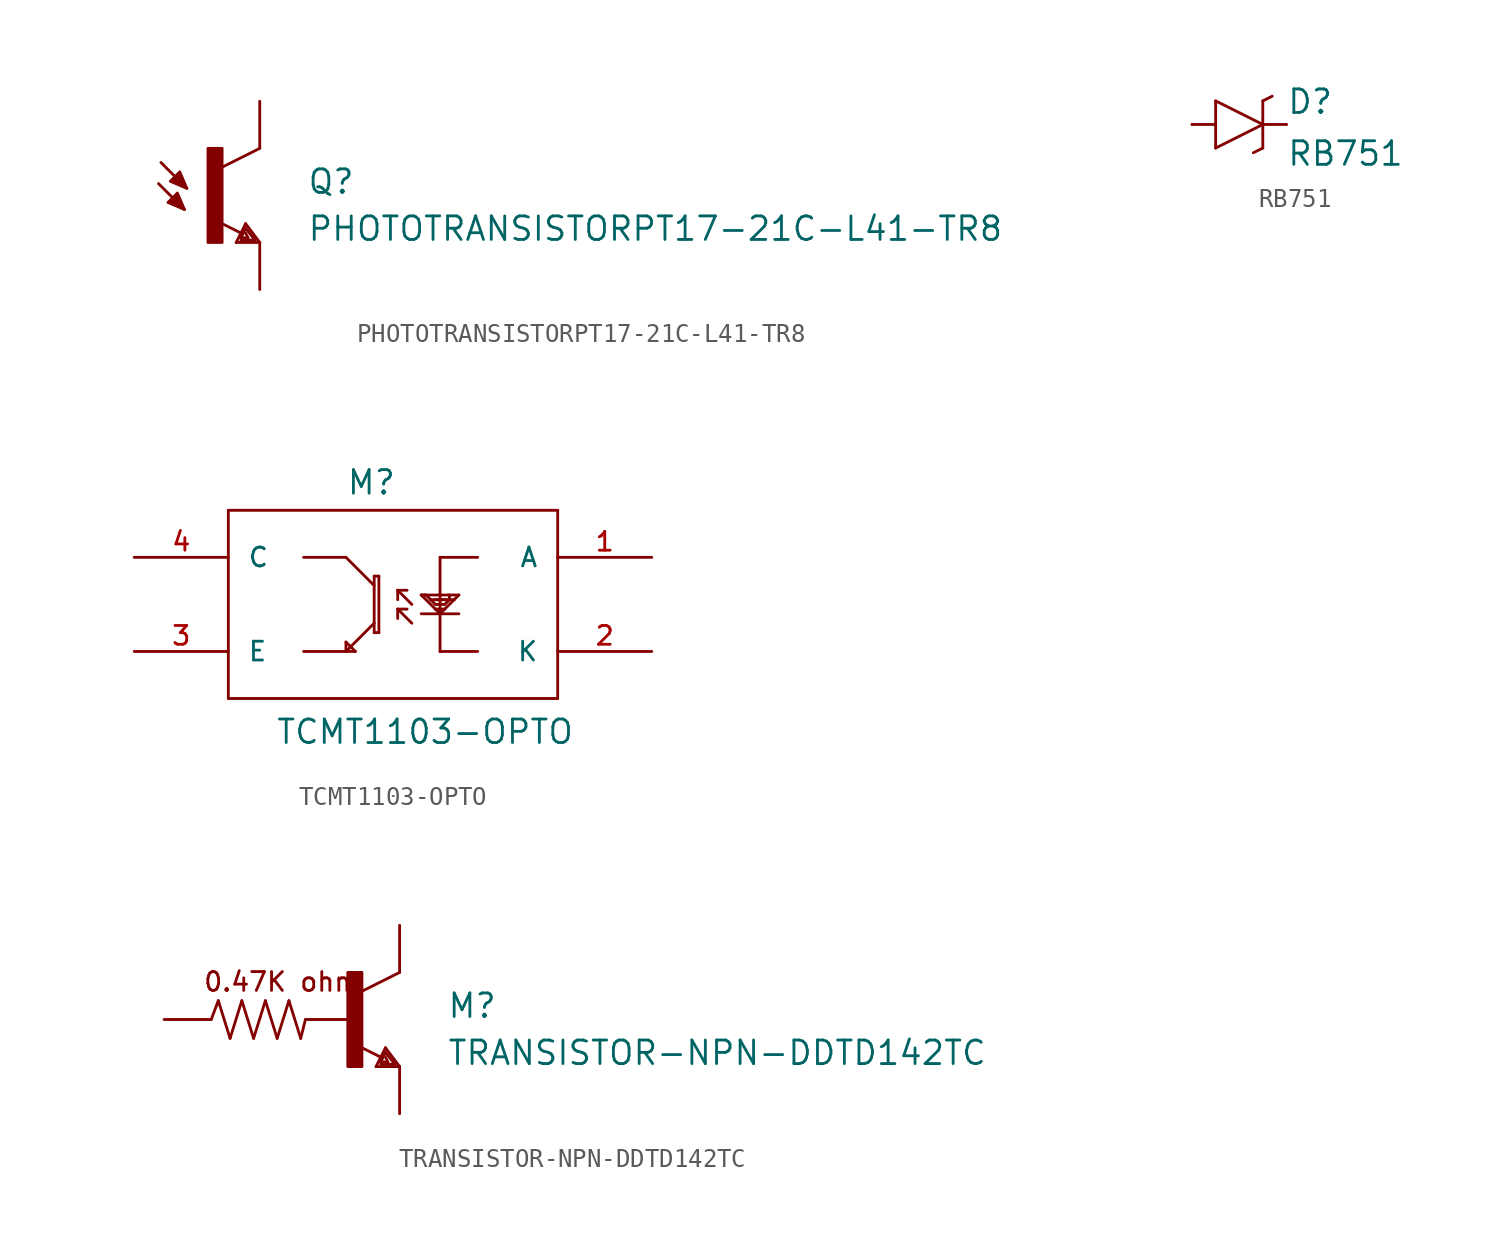
<source format=kicad_sym>
(kicad_symbol_lib
  (version 20211014)
  (generator kicad_symbol_editor)
  (symbol "PHOTOTRANSISTORPT17-21C-L41-TR8"
    (pin_numbers hide)
    (pin_names
      (offset 1.016) hide)
    (property "Reference" "Q"
      (at 5.08 0 0)
      (effects (font (size 1.27 1.27)) (justify left bottom)))
    (property "Value" "PHOTOTRANSISTORPT17-21C-L41-TR8"
      (at 5.08 -2.54 0)
      (effects (font (size 1.27 1.27)) (justify left bottom)))
    (property "ki_locked" ""
      (at 0 0 0)
      (effects (font (size 1.27 1.27))))
    (symbol "PHOTOTRANSISTORPT17-21C-L41-TR8_1_0"
      (polyline (pts (xy -2.921 0.635) (xy -1.524 -0.762)) (stroke (width 0) (type default) (color 0 0 0 0)) (fill (type none)))
      (polyline (pts (xy -2.794 1.778) (xy -1.397 0.381)) (stroke (width 0) (type default) (color 0 0 0 0)) (fill (type none)))
      (polyline (pts (xy 1.27 -2.54) (xy 1.778 -1.524)) (stroke (width 0) (type default) (color 0 0 0 0)) (fill (type none)))
      (polyline (pts (xy 1.524 -2.413) (xy 2.286 -2.413)) (stroke (width 0) (type default) (color 0 0 0 0)) (fill (type none)))
      (polyline (pts (xy 1.524 -2.286) (xy 1.905 -2.286)) (stroke (width 0) (type default) (color 0 0 0 0)) (fill (type none)))
      (polyline (pts (xy 1.524 -2.032) (xy 0.305 -1.422)) (stroke (width 0) (type default) (color 0 0 0 0)) (fill (type none)))
      (polyline (pts (xy 1.778 -1.778) (xy 1.524 -2.286)) (stroke (width 0) (type default) (color 0 0 0 0)) (fill (type none)))
      (polyline (pts (xy 1.778 -1.524) (xy 2.54 -2.54)) (stroke (width 0) (type default) (color 0 0 0 0)) (fill (type none)))
      (polyline (pts (xy 1.905 -2.286) (xy 1.778 -2.032)) (stroke (width 0) (type default) (color 0 0 0 0)) (fill (type none)))
      (polyline (pts (xy 2.286 -2.413) (xy 1.778 -1.778)) (stroke (width 0) (type default) (color 0 0 0 0)) (fill (type none)))
      (polyline (pts (xy 2.54 -2.54) (xy 1.27 -2.54)) (stroke (width 0) (type default) (color 0 0 0 0)) (fill (type none)))
      (polyline (pts (xy 2.54 2.54) (xy 0.508 1.524)) (stroke (width 0) (type default) (color 0 0 0 0)) (fill (type none))))
    (symbol "PHOTOTRANSISTORPT17-21C-L41-TR8_1_1"
      (rectangle (start -0.254 -2.54) (end 0.508 2.54) (stroke (width 0) (type default) (color 0 0 0 0)) (fill (type outline)))
      (polyline (pts (xy -1.524 -0.762) (xy -2.413 -0.381) (xy -2.413 -0.381) (xy -1.905 0.127) (xy -1.905 0.127) (xy -1.524 -0.762)) (stroke (width 0) (type default) (color 0 0 0 0)) (fill (type outline)))
      (polyline (pts (xy -1.397 0.381) (xy -2.286 0.762) (xy -2.286 0.762) (xy -1.778 1.27) (xy -1.778 1.27) (xy -1.397 0.381)) (stroke (width 0) (type default) (color 0 0 0 0)) (fill (type outline)))
      (pin passive line (at 2.54 5.08 270) (length 2.54) (name "C" (effects (font (size 1.016 1.016)))) (number "C" (effects (font (size 1.016 1.016)))))
      (pin passive line (at 2.54 -5.08 90) (length 2.54) (name "E" (effects (font (size 1.016 1.016)))) (number "E" (effects (font (size 1.016 1.016)))))))
  (symbol "RB751"
    (pin_numbers hide)
    (pin_names
      (offset 1.016) hide)
    (property "Reference" "D"
      (at 2.54 0.483 0)
      (effects (font (size 1.27 1.27)) (justify left bottom)))
    (property "Value" "RB751"
      (at 2.54 -2.311 0)
      (effects (font (size 1.27 1.27)) (justify left bottom)))
    (property "ki_locked" ""
      (at 0 0 0)
      (effects (font (size 1.27 1.27))))
    (symbol "RB751_1_0"
      (polyline (pts (xy -2.54 0) (xy -1.27 0)) (stroke (width 0) (type default) (color 0 0 0 0)) (fill (type none)))
      (polyline (pts (xy -1.27 -1.27) (xy 1.27 0)) (stroke (width 0) (type default) (color 0 0 0 0)) (fill (type none)))
      (polyline (pts (xy -1.27 0) (xy -1.27 -1.27)) (stroke (width 0) (type default) (color 0 0 0 0)) (fill (type none)))
      (polyline (pts (xy -1.27 1.27) (xy -1.27 0)) (stroke (width 0) (type default) (color 0 0 0 0)) (fill (type none)))
      (polyline (pts (xy 1.27 -1.27) (xy 0.762 -1.524)) (stroke (width 0) (type default) (color 0 0 0 0)) (fill (type none)))
      (polyline (pts (xy 1.27 0) (xy -1.27 1.27)) (stroke (width 0) (type default) (color 0 0 0 0)) (fill (type none)))
      (polyline (pts (xy 1.27 0) (xy 1.27 -1.27)) (stroke (width 0) (type default) (color 0 0 0 0)) (fill (type none)))
      (polyline (pts (xy 1.27 1.27) (xy 1.27 0)) (stroke (width 0) (type default) (color 0 0 0 0)) (fill (type none)))
      (polyline (pts (xy 1.27 1.27) (xy 1.778 1.524)) (stroke (width 0) (type default) (color 0 0 0 0)) (fill (type none)))
      (polyline (pts (xy 2.54 0) (xy 1.27 0)) (stroke (width 0) (type default) (color 0 0 0 0)) (fill (type none))))
    (symbol "RB751_1_1"
      (pin passive line (at -2.54 0 0) (length 0) (name "A" (effects (font (size 1.016 1.016)))) (number "A" (effects (font (size 1.016 1.016)))))
      (pin passive line (at 2.54 0 180) (length 0) (name "C" (effects (font (size 1.016 1.016)))) (number "C" (effects (font (size 1.016 1.016)))))))
  (symbol "TCMT1103-OPTO"
    (pin_names
      (offset 1.016))
    (property "Reference" "M"
      (at -1.27 5.842 0)
      (effects (font (size 1.27 1.27)) (justify left bottom)))
    (property "Value" "TCMT1103-OPTO"
      (at -5.08 -7.62 0)
      (effects (font (size 1.27 1.27)) (justify left bottom)))
    (property "ki_locked" ""
      (at 0 0 0)
      (effects (font (size 1.27 1.27))))
    (symbol "TCMT1103-OPTO_1_0"
      (polyline (pts (xy -7.62 -5.08) (xy 10.16 -5.08)) (stroke (width 0) (type default) (color 0 0 0 0)) (fill (type none)))
      (polyline (pts (xy -7.62 5.08) (xy -7.62 -5.08)) (stroke (width 0) (type default) (color 0 0 0 0)) (fill (type none)))
      (polyline (pts (xy -3.556 -2.54) (xy -1.27 -2.54)) (stroke (width 0) (type default) (color 0 0 0 0)) (fill (type none)))
      (polyline (pts (xy -3.556 2.54) (xy -1.27 2.54)) (stroke (width 0) (type default) (color 0 0 0 0)) (fill (type none)))
      (polyline (pts (xy -1.27 -2.54) (xy -0.762 -2.54)) (stroke (width 0) (type default) (color 0 0 0 0)) (fill (type none)))
      (polyline (pts (xy -1.27 -2.032) (xy -1.27 -2.54)) (stroke (width 0) (type default) (color 0 0 0 0)) (fill (type none)))
      (polyline (pts (xy -1.27 -2.032) (xy -0.762 -2.54)) (stroke (width 0) (type default) (color 0 0 0 0)) (fill (type none)))
      (polyline (pts (xy -1.27 2.54) (xy 0.254 1.016)) (stroke (width 0) (type default) (color 0 0 0 0)) (fill (type none)))
      (polyline (pts (xy 0.254 -1.016) (xy -1.27 -2.54)) (stroke (width 0) (type default) (color 0 0 0 0)) (fill (type none)))
      (polyline (pts (xy 0.254 1.524) (xy 0.254 -1.524)) (stroke (width 0) (type default) (color 0 0 0 0)) (fill (type none)))
      (polyline (pts (xy 0.508 -1.524) (xy 0.254 -1.524)) (stroke (width 0) (type default) (color 0 0 0 0)) (fill (type none)))
      (polyline (pts (xy 0.508 1.524) (xy 0.254 1.524)) (stroke (width 0) (type default) (color 0 0 0 0)) (fill (type none)))
      (polyline (pts (xy 0.508 1.524) (xy 0.508 -1.524)) (stroke (width 0) (type default) (color 0 0 0 0)) (fill (type none)))
      (polyline (pts (xy 1.524 -0.254) (xy 1.524 -0.762)) (stroke (width 0) (type default) (color 0 0 0 0)) (fill (type none)))
      (polyline (pts (xy 1.524 -0.254) (xy 2.032 -0.254)) (stroke (width 0) (type default) (color 0 0 0 0)) (fill (type none)))
      (polyline (pts (xy 1.524 0.762) (xy 1.524 0.254)) (stroke (width 0) (type default) (color 0 0 0 0)) (fill (type none)))
      (polyline (pts (xy 1.524 0.762) (xy 2.032 0.762)) (stroke (width 0) (type default) (color 0 0 0 0)) (fill (type none)))
      (polyline (pts (xy 2.286 -1.016) (xy 1.524 -0.254)) (stroke (width 0) (type default) (color 0 0 0 0)) (fill (type none)))
      (polyline (pts (xy 2.286 0) (xy 1.524 0.762)) (stroke (width 0) (type default) (color 0 0 0 0)) (fill (type none)))
      (polyline (pts (xy 2.794 -0.508) (xy 4.826 -0.508)) (stroke (width 0) (type default) (color 0 0 0 0)) (fill (type none)))
      (polyline (pts (xy 2.794 0.508) (xy 3.048 0.508)) (stroke (width 0) (type default) (color 0 0 0 0)) (fill (type none)))
      (polyline (pts (xy 3.048 0.508) (xy 3.302 0.254)) (stroke (width 0) (type default) (color 0 0 0 0)) (fill (type none)))
      (polyline (pts (xy 3.302 0.254) (xy 3.556 0)) (stroke (width 0) (type default) (color 0 0 0 0)) (fill (type none)))
      (polyline (pts (xy 3.302 0.254) (xy 4.318 0.254)) (stroke (width 0) (type default) (color 0 0 0 0)) (fill (type none)))
      (polyline (pts (xy 3.556 -0.254) (xy 2.794 0.508)) (stroke (width 0) (type default) (color 0 0 0 0)) (fill (type none)))
      (polyline (pts (xy 3.556 0) (xy 4.064 0)) (stroke (width 0) (type default) (color 0 0 0 0)) (fill (type none)))
      (polyline (pts (xy 3.81 -2.54) (xy 5.842 -2.54)) (stroke (width 0) (type default) (color 0 0 0 0)) (fill (type none)))
      (polyline (pts (xy 3.81 -0.508) (xy 3.556 -0.254)) (stroke (width 0) (type default) (color 0 0 0 0)) (fill (type none)))
      (polyline (pts (xy 3.81 -0.508) (xy 3.81 -2.54)) (stroke (width 0) (type default) (color 0 0 0 0)) (fill (type none)))
      (polyline (pts (xy 3.81 -0.508) (xy 4.064 -0.254)) (stroke (width 0) (type default) (color 0 0 0 0)) (fill (type none)))
      (polyline (pts (xy 3.81 2.54) (xy 3.81 -0.508)) (stroke (width 0) (type default) (color 0 0 0 0)) (fill (type none)))
      (polyline (pts (xy 4.064 -0.254) (xy 3.556 -0.254)) (stroke (width 0) (type default) (color 0 0 0 0)) (fill (type none)))
      (polyline (pts (xy 4.064 -0.254) (xy 4.572 0.254)) (stroke (width 0) (type default) (color 0 0 0 0)) (fill (type none)))
      (polyline (pts (xy 4.064 0) (xy 4.318 0.254)) (stroke (width 0) (type default) (color 0 0 0 0)) (fill (type none)))
      (polyline (pts (xy 4.318 0.254) (xy 3.556 0.254)) (stroke (width 0) (type default) (color 0 0 0 0)) (fill (type none)))
      (polyline (pts (xy 4.318 0.254) (xy 4.572 0.254)) (stroke (width 0) (type default) (color 0 0 0 0)) (fill (type none)))
      (polyline (pts (xy 4.318 0.508) (xy 2.794 0.508)) (stroke (width 0) (type default) (color 0 0 0 0)) (fill (type none)))
      (polyline (pts (xy 4.318 0.508) (xy 4.318 0.254)) (stroke (width 0) (type default) (color 0 0 0 0)) (fill (type none)))
      (polyline (pts (xy 4.572 0.254) (xy 4.826 0.508)) (stroke (width 0) (type default) (color 0 0 0 0)) (fill (type none)))
      (polyline (pts (xy 4.826 0.508) (xy 4.318 0.508)) (stroke (width 0) (type default) (color 0 0 0 0)) (fill (type none)))
      (polyline (pts (xy 5.842 2.54) (xy 3.81 2.54)) (stroke (width 0) (type default) (color 0 0 0 0)) (fill (type none)))
      (polyline (pts (xy 10.16 -5.08) (xy 10.16 5.08)) (stroke (width 0) (type default) (color 0 0 0 0)) (fill (type none)))
      (polyline (pts (xy 10.16 5.08) (xy -7.62 5.08)) (stroke (width 0) (type default) (color 0 0 0 0)) (fill (type none))))
    (symbol "TCMT1103-OPTO_1_1"
      (pin bidirectional line (at 15.24 2.54 180) (length 5.08) (name "A" (effects (font (size 1.016 1.016)))) (number "1" (effects (font (size 1.016 1.016)))))
      (pin bidirectional line (at 15.24 -2.54 180) (length 5.08) (name "K" (effects (font (size 1.016 1.016)))) (number "2" (effects (font (size 1.016 1.016)))))
      (pin bidirectional line (at -12.7 -2.54 0) (length 5.08) (name "E" (effects (font (size 1.016 1.016)))) (number "3" (effects (font (size 1.016 1.016)))))
      (pin bidirectional line (at -12.7 2.54 0) (length 5.08) (name "C" (effects (font (size 1.016 1.016)))) (number "4" (effects (font (size 1.016 1.016)))))))
  (symbol "TRANSISTOR-NPN-DDTD142TC"
    (pin_numbers hide)
    (pin_names
      (offset 1.016) hide)
    (property "Reference" "M"
      (at 5.08 0 0)
      (effects (font (size 1.27 1.27)) (justify left bottom)))
    (property "Value" "TRANSISTOR-NPN-DDTD142TC"
      (at 5.08 -2.54 0)
      (effects (font (size 1.27 1.27)) (justify left bottom)))
    (property "ki_locked" ""
      (at 0 0 0)
      (effects (font (size 1.27 1.27))))
    (symbol "TRANSISTOR-NPN-DDTD142TC_1_0"
      (polyline (pts (xy -7.62 0) (xy -7.239 1.016)) (stroke (width 0) (type default) (color 0 0 0 0)) (fill (type none)))
      (polyline (pts (xy -7.239 1.016) (xy -6.604 -1.016)) (stroke (width 0) (type default) (color 0 0 0 0)) (fill (type none)))
      (polyline (pts (xy -6.604 -1.016) (xy -5.969 1.016)) (stroke (width 0) (type default) (color 0 0 0 0)) (fill (type none)))
      (polyline (pts (xy -5.969 1.016) (xy -5.334 -1.016)) (stroke (width 0) (type default) (color 0 0 0 0)) (fill (type none)))
      (polyline (pts (xy -5.334 -1.016) (xy -4.699 1.016)) (stroke (width 0) (type default) (color 0 0 0 0)) (fill (type none)))
      (polyline (pts (xy -4.699 1.016) (xy -4.064 -1.016)) (stroke (width 0) (type default) (color 0 0 0 0)) (fill (type none)))
      (polyline (pts (xy -4.064 -1.016) (xy -3.429 1.016)) (stroke (width 0) (type default) (color 0 0 0 0)) (fill (type none)))
      (polyline (pts (xy -3.429 1.016) (xy -2.794 -1.016)) (stroke (width 0) (type default) (color 0 0 0 0)) (fill (type none)))
      (polyline (pts (xy -2.794 -1.016) (xy -2.54 0)) (stroke (width 0) (type default) (color 0 0 0 0)) (fill (type none)))
      (polyline (pts (xy -2.54 0) (xy 0 0)) (stroke (width 0) (type default) (color 0 0 0 0)) (fill (type none)))
      (polyline (pts (xy 1.27 -2.54) (xy 1.778 -1.524)) (stroke (width 0) (type default) (color 0 0 0 0)) (fill (type none)))
      (polyline (pts (xy 1.524 -2.413) (xy 2.286 -2.413)) (stroke (width 0) (type default) (color 0 0 0 0)) (fill (type none)))
      (polyline (pts (xy 1.524 -2.286) (xy 1.905 -2.286)) (stroke (width 0) (type default) (color 0 0 0 0)) (fill (type none)))
      (polyline (pts (xy 1.524 -2.032) (xy 0.305 -1.422)) (stroke (width 0) (type default) (color 0 0 0 0)) (fill (type none)))
      (polyline (pts (xy 1.778 -1.778) (xy 1.524 -2.286)) (stroke (width 0) (type default) (color 0 0 0 0)) (fill (type none)))
      (polyline (pts (xy 1.778 -1.524) (xy 2.54 -2.54)) (stroke (width 0) (type default) (color 0 0 0 0)) (fill (type none)))
      (polyline (pts (xy 1.905 -2.286) (xy 1.778 -2.032)) (stroke (width 0) (type default) (color 0 0 0 0)) (fill (type none)))
      (polyline (pts (xy 2.286 -2.413) (xy 1.778 -1.778)) (stroke (width 0) (type default) (color 0 0 0 0)) (fill (type none)))
      (polyline (pts (xy 2.54 -2.54) (xy 1.27 -2.54)) (stroke (width 0) (type default) (color 0 0 0 0)) (fill (type none)))
      (polyline (pts (xy 2.54 2.54) (xy 0.508 1.524)) (stroke (width 0) (type default) (color 0 0 0 0)) (fill (type none)))
      (text "0.47K ohm" (at -3.81 2.032 0) (effects (font (size 1.016 1.016)))))
    (symbol "TRANSISTOR-NPN-DDTD142TC_1_1"
      (rectangle (start -0.254 -2.54) (end 0.508 2.54) (stroke (width 0) (type default) (color 0 0 0 0)) (fill (type outline)))
      (pin passive line (at -10.16 0 0) (length 2.54) (name "B" (effects (font (size 1.016 1.016)))) (number "1" (effects (font (size 1.016 1.016)))))
      (pin passive line (at 2.54 -5.08 90) (length 2.54) (name "E" (effects (font (size 1.016 1.016)))) (number "2" (effects (font (size 1.016 1.016)))))
      (pin passive line (at 2.54 5.08 270) (length 2.54) (name "C" (effects (font (size 1.016 1.016)))) (number "3" (effects (font (size 1.016 1.016))))))))
</source>
